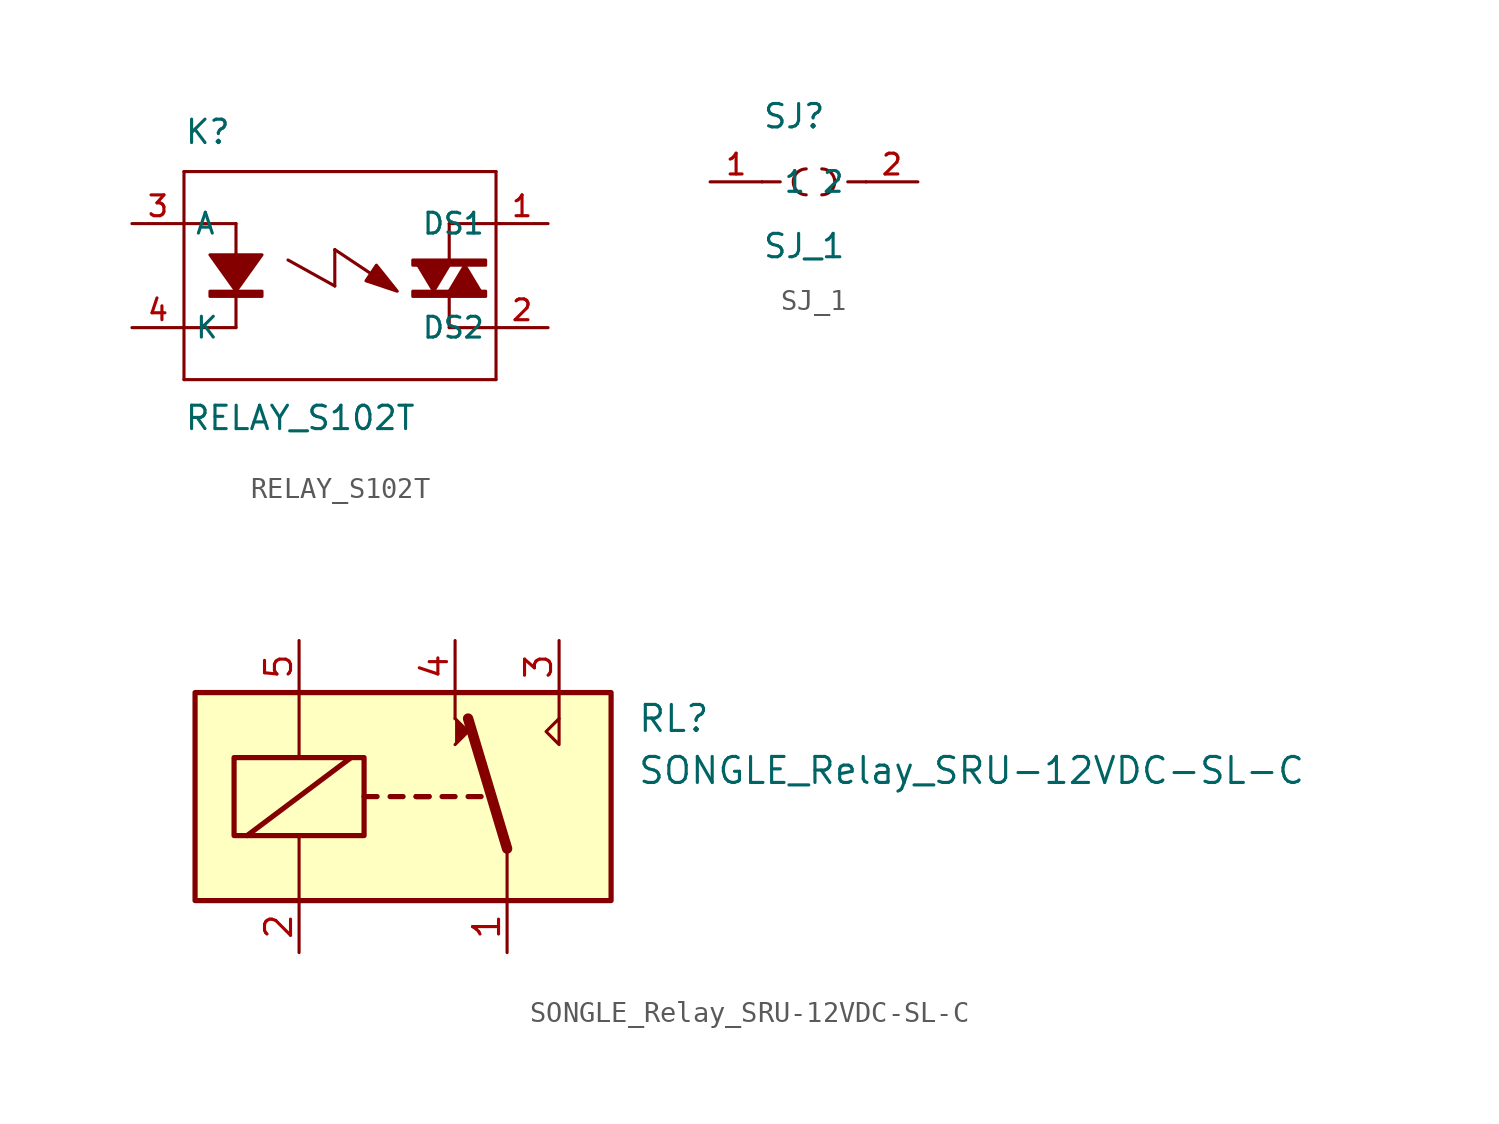
<source format=kicad_sym>
(kicad_symbol_lib
  (version 20220102)
  (generator kicad_symbol_editor)
  (symbol "RELAY_S102T"
    (property "Reference" "K"
      (at -7.62 6.35 0)
      (effects (font (size 1.143 1.143)) (justify left bottom)))
    (property "Value" "RELAY_S102T"
      (at -7.62 -7.62 0)
      (effects (font (size 1.143 1.143)) (justify left bottom)))
    (symbol "RELAY_S102T_1_0"
      (polyline (pts (xy -7.62 -5.08) (xy 7.62 -5.08)) (stroke (width 0) (type default)) (fill (type none)))
      (polyline (pts (xy -7.62 -2.54) (xy -7.62 -5.08)) (stroke (width 0) (type default)) (fill (type none)))
      (polyline (pts (xy -7.62 2.54) (xy -7.62 -2.54)) (stroke (width 0) (type default)) (fill (type none)))
      (polyline (pts (xy -7.62 5.08) (xy -7.62 2.54)) (stroke (width 0) (type default)) (fill (type none)))
      (polyline (pts (xy -5.08 -2.54) (xy -7.62 -2.54)) (stroke (width 0) (type default)) (fill (type none)))
      (polyline (pts (xy -5.08 2.54) (xy -7.62 2.54)) (stroke (width 0) (type default)) (fill (type none)))
      (polyline (pts (xy -5.08 2.54) (xy -5.08 -2.54)) (stroke (width 0) (type default)) (fill (type none)))
      (polyline (pts (xy -2.54 0.762) (xy -0.254 -0.508)) (stroke (width 0) (type default)) (fill (type none)))
      (polyline (pts (xy -0.254 -0.508) (xy -0.254 1.27)) (stroke (width 0) (type default)) (fill (type none)))
      (polyline (pts (xy -0.254 1.27) (xy 1.651 0)) (stroke (width 0) (type default)) (fill (type none)))
      (polyline (pts (xy 5.334 -2.54) (xy 7.62 -2.54)) (stroke (width 0) (type default)) (fill (type none)))
      (polyline (pts (xy 5.334 -1.016) (xy 5.334 -2.54)) (stroke (width 0) (type default)) (fill (type none)))
      (polyline (pts (xy 5.334 2.54) (xy 5.334 0.762)) (stroke (width 0) (type default)) (fill (type none)))
      (polyline (pts (xy 5.334 2.54) (xy 7.874 2.54)) (stroke (width 0) (type default)) (fill (type none)))
      (polyline (pts (xy 7.62 -5.08) (xy 7.62 5.08)) (stroke (width 0) (type default)) (fill (type none)))
      (polyline (pts (xy 7.62 5.08) (xy -7.62 5.08)) (stroke (width 0) (type default)) (fill (type none))))
    (symbol "RELAY_S102T_1_1"
      (rectangle (start -6.35 -1.016) (end -3.81 -0.762) (stroke (width 0) (type default)) (fill (type outline)))
      (polyline (pts (xy -6.35 1.016) (xy -3.81 1.016) (xy -3.81 1.016) (xy -5.08 -0.762) (xy -5.08 -0.762) (xy -6.35 1.016)) (stroke (width 0) (type default)) (fill (type outline)))
      (polyline (pts (xy 1.778 0.508) (xy 1.27 -0.254) (xy 1.27 -0.254) (xy 2.794 -0.762) (xy 2.794 -0.762) (xy 1.778 0.508)) (stroke (width 0) (type default)) (fill (type outline)))
      (polyline (pts (xy 4.572 -0.762) (xy 5.334 0.508) (xy 5.334 0.508) (xy 3.81 0.508) (xy 3.81 0.508) (xy 4.572 -0.762)) (stroke (width 0) (type default)) (fill (type outline)))
      (polyline (pts (xy 6.096 0.508) (xy 5.334 -0.762) (xy 5.334 -0.762) (xy 6.858 -0.762) (xy 6.858 -0.762) (xy 6.096 0.508)) (stroke (width 0) (type default)) (fill (type outline)))
      (rectangle (start 3.556 -1.016) (end 7.112 -0.762) (stroke (width 0) (type default)) (fill (type outline)))
      (rectangle (start 3.556 0.508) (end 7.112 0.762) (stroke (width 0) (type default)) (fill (type outline)))
      (pin passive line (at 10.16 2.54 180) (length 2.54) (name "DS1" (effects (font (size 1.016 1.016)))) (number "1" (effects (font (size 1.016 1.016)))))
      (pin passive line (at 10.16 -2.54 180) (length 2.54) (name "DS2" (effects (font (size 1.016 1.016)))) (number "2" (effects (font (size 1.016 1.016)))))
      (pin passive line (at -10.16 2.54 0) (length 2.54) (name "A" (effects (font (size 1.016 1.016)))) (number "3" (effects (font (size 1.016 1.016)))))
      (pin passive line (at -10.16 -2.54 0) (length 2.54) (name "K" (effects (font (size 1.016 1.016)))) (number "4" (effects (font (size 1.016 1.016)))))))
  (symbol "SJ_1"
    (pin_names
      (offset 1.016))
    (property "Reference" "SJ"
      (at -2.54 2.54 0)
      (effects (font (size 1.143 1.143)) (justify left bottom)))
    (property "Value" "SJ_1"
      (at -2.54 -3.81 0)
      (effects (font (size 1.143 1.143)) (justify left bottom)))
    (symbol "SJ_1_1_0"
      (polyline (pts (xy -2.54 0) (xy -1.651 0)) (stroke (width 0) (type default)) (fill (type none)))
      (polyline (pts (xy 2.54 0) (xy 1.651 0)) (stroke (width 0) (type default)) (fill (type none))))
    (symbol "SJ_1_1_1"
      (arc (start -0.381 0.635) (mid -1.016 0) (end -0.381 -0.635) (stroke (width 0) (type default)) (fill (type none)))
      (arc (start 0.381 -0.635) (mid 1.016 0) (end 0.381 0.635) (stroke (width 0) (type default)) (fill (type none)))
      (pin passive line (at -5.08 0 0) (length 2.54) (name "1" (effects (font (size 1.016 1.016)))) (number "1" (effects (font (size 1.016 1.016)))))
      (pin passive line (at 5.08 0 180) (length 2.54) (name "2" (effects (font (size 1.016 1.016)))) (number "2" (effects (font (size 1.016 1.016)))))))
  (symbol "SONGLE_Relay_SRU-12VDC-SL-C"
    (property "Reference" "RL"
      (at 16.51 8.89 0)
      (effects (font (size 1.27 1.27)) (justify left)))
    (property "Value" "SONGLE_Relay_SRU-12VDC-SL-C"
      (at 16.51 6.35 0)
      (effects (font (size 1.27 1.27)) (justify left)))
    (symbol "SONGLE_Relay_SRU-12VDC-SL-C_0_0"
      (polyline (pts (xy 7.62 8.89) (xy 7.62 10.16)) (stroke (width 0) (type default)) (fill (type none)))
      (polyline (pts (xy 12.7 8.89) (xy 12.7 10.16)) (stroke (width 0) (type default)) (fill (type none)))
      (polyline (pts (xy 12.7 8.89) (xy 12.7 7.62) (xy 12.065 8.255) (xy 12.7 8.89)) (stroke (width 0) (type default)) (fill (type none))))
    (symbol "SONGLE_Relay_SRU-12VDC-SL-C_0_1"
      (rectangle (start -5.08 10.16) (end 15.24 0) (stroke (width 0.254) (type default)) (fill (type background)))
      (rectangle (start -3.175 6.985) (end 3.175 3.175) (stroke (width 0.254) (type default)) (fill (type none)))
      (polyline (pts (xy -2.54 3.175) (xy 2.54 6.985)) (stroke (width 0.254) (type default)) (fill (type none)))
      (polyline (pts (xy 0 0) (xy 0 3.175)) (stroke (width 0) (type default)) (fill (type none)))
      (polyline (pts (xy 0 10.16) (xy 0 6.985)) (stroke (width 0) (type default)) (fill (type none)))
      (polyline (pts (xy 3.175 5.08) (xy 3.81 5.08)) (stroke (width 0.254) (type default)) (fill (type none)))
      (polyline (pts (xy 4.445 5.08) (xy 5.08 5.08)) (stroke (width 0.254) (type default)) (fill (type none)))
      (polyline (pts (xy 5.715 5.08) (xy 6.35 5.08)) (stroke (width 0.254) (type default)) (fill (type none)))
      (polyline (pts (xy 5.715 5.08) (xy 6.35 5.08)) (stroke (width 0.254) (type default)) (fill (type none)))
      (polyline (pts (xy 6.985 5.08) (xy 7.62 5.08)) (stroke (width 0.254) (type default)) (fill (type none)))
      (polyline (pts (xy 8.255 5.08) (xy 8.89 5.08)) (stroke (width 0.254) (type default)) (fill (type none)))
      (polyline (pts (xy 10.16 2.54) (xy 8.255 8.89)) (stroke (width 0.508) (type default)) (fill (type none)))
      (polyline (pts (xy 10.16 2.54) (xy 10.16 0)) (stroke (width 0) (type default)) (fill (type none)))
      (polyline (pts (xy 7.62 7.62) (xy 8.255 8.255) (xy 7.62 8.89)) (stroke (width 0) (type default)) (fill (type outline))))
    (symbol "SONGLE_Relay_SRU-12VDC-SL-C_1_1"
      (pin passive line (at 10.16 -2.54 90) (length 2.54) (name "~" (effects (font (size 1.27 1.27)))) (number "1" (effects (font (size 1.27 1.27)))))
      (pin passive line (at 0 -2.54 90) (length 2.54) (name "~" (effects (font (size 1.27 1.27)))) (number "2" (effects (font (size 1.27 1.27)))))
      (pin passive line (at 12.7 12.7 270) (length 2.54) (name "~" (effects (font (size 1.27 1.27)))) (number "3" (effects (font (size 1.27 1.27)))))
      (pin passive line (at 7.62 12.7 270) (length 2.54) (name "~" (effects (font (size 1.27 1.27)))) (number "4" (effects (font (size 1.27 1.27)))))
      (pin passive line (at 0 12.7 270) (length 2.54) (name "~" (effects (font (size 1.27 1.27)))) (number "5" (effects (font (size 1.27 1.27))))))))
</source>
